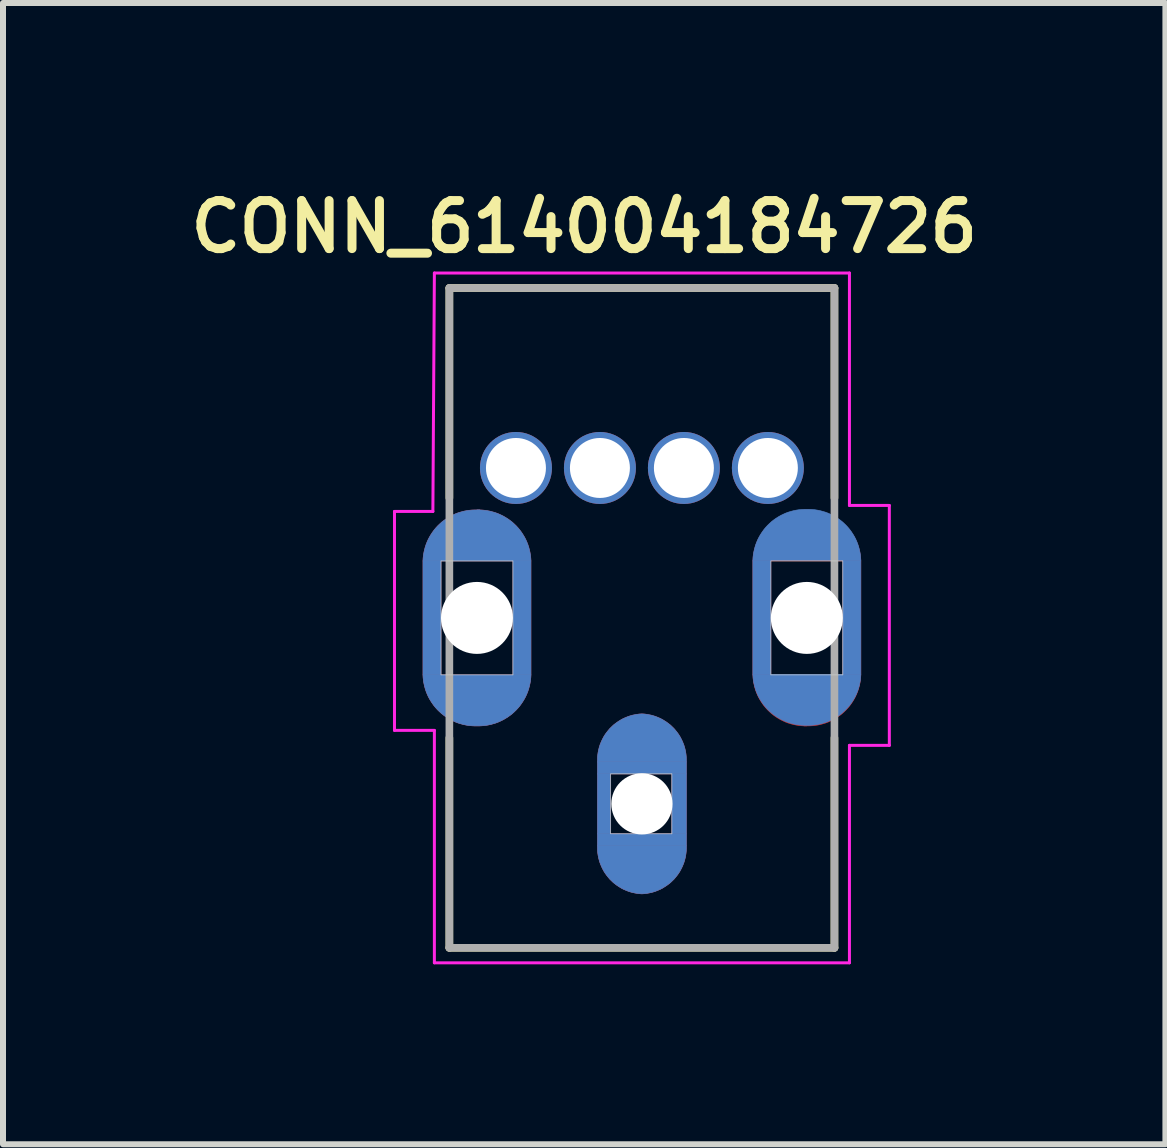
<source format=kicad_pcb>
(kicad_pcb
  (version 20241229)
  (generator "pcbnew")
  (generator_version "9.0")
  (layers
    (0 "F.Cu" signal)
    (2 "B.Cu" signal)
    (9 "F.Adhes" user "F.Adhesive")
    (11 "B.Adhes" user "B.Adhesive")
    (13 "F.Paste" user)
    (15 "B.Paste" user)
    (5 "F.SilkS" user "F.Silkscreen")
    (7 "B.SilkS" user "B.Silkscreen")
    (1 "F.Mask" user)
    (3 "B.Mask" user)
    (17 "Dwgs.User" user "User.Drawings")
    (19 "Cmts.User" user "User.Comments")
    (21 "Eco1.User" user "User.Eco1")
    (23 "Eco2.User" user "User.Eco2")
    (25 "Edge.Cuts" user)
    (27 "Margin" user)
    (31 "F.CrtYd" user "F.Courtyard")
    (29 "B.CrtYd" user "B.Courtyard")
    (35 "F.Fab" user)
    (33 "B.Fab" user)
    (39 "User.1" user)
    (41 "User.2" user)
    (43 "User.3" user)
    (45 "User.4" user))
  (footprint "CONN_614004184726"
    (layer "F.Cu")
    (at 7.652 7.252)
    (property "Reference" "CONN_614004184726" (at -0.962 -6.52 0) (layer "F.SilkS") (effects (font (size 0.801 0.801) (thickness 0.15))))
    (attr through_hole)
    (fp_poly (pts (xy -3.65 -0.95) (xy -3.35 -0.95) (xy -3.35 0.95) (xy -3.65 0.95)) (stroke (width 0.01) (type solid)) (fill yes) (layer "F.Cu"))
    (fp_poly (pts (xy -2.15 -0.95) (xy -1.85 -0.95) (xy -1.85 0.95) (xy -2.15 0.95)) (stroke (width 0.01) (type solid)) (fill yes) (layer "F.Cu"))
    (fp_poly (pts (xy -0.74 2.4) (xy -0.74 2.6) (xy 0.74 2.6) (xy 0.74 2.4)) (stroke (width 0.01) (type solid)) (fill yes) (layer "F.Cu"))
    (fp_poly (pts (xy -0.74 2.6) (xy -0.525 2.6) (xy -0.525 3.6) (xy -0.74 3.6)) (stroke (width 0.01) (type solid)) (fill yes) (layer "F.Cu"))
    (fp_poly (pts (xy 0.5 2.6) (xy 0.74 2.6) (xy 0.74 3.6) (xy 0.5 3.6)) (stroke (width 0.01) (type solid)) (fill yes) (layer "F.Cu"))
    (fp_poly (pts (xy 0.74 3.8) (xy 0.74 3.6) (xy -0.74 3.6) (xy -0.74 3.8)) (stroke (width 0.01) (type solid)) (fill yes) (layer "F.Cu"))
    (fp_poly (pts (xy 2.15 0.95) (xy 1.85 0.95) (xy 1.85 -0.95) (xy 2.15 -0.95)) (stroke (width 0.01) (type solid)) (fill yes) (layer "F.Cu"))
    (fp_poly (pts (xy 3.65 0.95) (xy 3.35 0.95) (xy 3.35 -0.95) (xy 3.65 -0.95)) (stroke (width 0.01) (type solid)) (fill yes) (layer "F.Cu"))
    (fp_poly (pts (xy -2.75 -1.8) (xy -2.7 -1.8) (xy -2.701 -1.799) (xy -2.703 -1.798) (xy -2.704 -1.796) (xy -2.706 -1.795) (xy -2.707 -1.794) (xy -2.709 -1.793) (xy -2.711 -1.793) (xy -2.712 -1.792) (xy -2.714 -1.791) (xy -2.716 -1.791) (xy -2.718 -1.79) (xy -2.719 -1.79) (xy -2.721 -1.79) (xy -2.723 -1.79) (xy -2.725 -1.79) (xy -2.727 -1.79) (xy -2.729 -1.79) (xy -2.731 -1.79) (xy -2.732 -1.79) (xy -2.734 -1.791) (xy -2.736 -1.791) (xy -2.738 -1.792) (xy -2.739 -1.793) (xy -2.741 -1.793) (xy -2.743 -1.794) (xy -2.744 -1.795) (xy -2.746 -1.796) (xy -2.747 -1.798) (xy -2.749 -1.799) (xy -2.75 -1.8)) (stroke (width 0.01) (type solid)) (fill yes) (layer "F.Cu"))
    (fp_poly (pts (xy 2.75 1.8) (xy 2.7 1.8) (xy 2.701 1.799) (xy 2.703 1.798) (xy 2.704 1.796) (xy 2.706 1.795) (xy 2.707 1.794) (xy 2.709 1.793) (xy 2.711 1.793) (xy 2.712 1.792) (xy 2.714 1.791) (xy 2.716 1.791) (xy 2.718 1.79) (xy 2.719 1.79) (xy 2.721 1.79) (xy 2.723 1.79) (xy 2.725 1.79) (xy 2.727 1.79) (xy 2.729 1.79) (xy 2.731 1.79) (xy 2.732 1.79) (xy 2.734 1.791) (xy 2.736 1.791) (xy 2.738 1.792) (xy 2.739 1.793) (xy 2.741 1.793) (xy 2.743 1.794) (xy 2.744 1.795) (xy 2.746 1.796) (xy 2.747 1.798) (xy 2.749 1.799) (xy 2.75 1.8)) (stroke (width 0.01) (type solid)) (fill yes) (layer "F.Cu"))
    (fp_poly (pts (xy -3.65 0.95) (xy -3.647 1.001) (xy -3.642 1.047) (xy -3.634 1.092) (xy -3.624 1.137) (xy -3.612 1.181) (xy -3.598 1.224) (xy -3.581 1.267) (xy -3.562 1.309) (xy -3.541 1.349) (xy -3.517 1.389) (xy -3.492 1.427) (xy -3.465 1.464) (xy -3.436 1.499) (xy -3.405 1.533) (xy -3.372 1.565) (xy -3.338 1.596) (xy -3.302 1.624) (xy -3.264 1.651) (xy -3.226 1.675) (xy -3.186 1.698) (xy -3.145 1.718) (xy -3.103 1.737) (xy -3.06 1.753) (xy -3.016 1.766) (xy -2.972 1.778) (xy -2.927 1.787) (xy -2.882 1.794) (xy -2.836 1.798) (xy -2.79 1.8) (xy -2.75 1.8) (xy -2.71 1.8) (xy -2.664 1.798) (xy -2.618 1.794) (xy -2.573 1.787) (xy -2.528 1.778) (xy -2.484 1.766) (xy -2.44 1.753) (xy -2.397 1.737) (xy -2.355 1.718) (xy -2.314 1.698) (xy -2.274 1.675) (xy -2.236 1.651) (xy -2.198 1.624) (xy -2.162 1.596) (xy -2.128 1.565) (xy -2.095 1.533) (xy -2.064 1.499) (xy -2.035 1.464) (xy -2.008 1.427) (xy -1.983 1.389) (xy -1.959 1.349) (xy -1.938 1.309) (xy -1.919 1.267) (xy -1.902 1.224) (xy -1.888 1.181) (xy -1.876 1.137) (xy -1.866 1.092) (xy -1.858 1.047) (xy -1.853 1.001) (xy -1.85 0.95) (xy -3.65 0.95)) (stroke (width 0.01) (type solid)) (fill yes) (layer "F.Cu"))
    (fp_poly (pts (xy 0.74 3.8) (xy 0.74 3.843) (xy 0.739 3.884) (xy 0.735 3.924) (xy 0.729 3.964) (xy 0.721 4.003) (xy 0.711 4.042) (xy 0.699 4.081) (xy 0.684 4.119) (xy 0.668 4.156) (xy 0.65 4.192) (xy 0.631 4.227) (xy 0.609 4.261) (xy 0.585 4.294) (xy 0.56 4.325) (xy 0.534 4.356) (xy 0.505 4.384) (xy 0.476 4.412) (xy 0.444 4.437) (xy 0.412 4.461) (xy 0.378 4.483) (xy 0.344 4.504) (xy 0.308 4.523) (xy 0.271 4.539) (xy 0.234 4.554) (xy 0.195 4.567) (xy 0.156 4.578) (xy 0.117 4.586) (xy 0.077 4.593) (xy 0.037 4.598) (xy 0 4.6) (xy -0.037 4.598) (xy -0.077 4.593) (xy -0.117 4.586) (xy -0.156 4.578) (xy -0.195 4.567) (xy -0.234 4.554) (xy -0.271 4.539) (xy -0.308 4.523) (xy -0.344 4.504) (xy -0.378 4.483) (xy -0.412 4.461) (xy -0.444 4.437) (xy -0.476 4.412) (xy -0.505 4.384) (xy -0.534 4.356) (xy -0.56 4.325) (xy -0.585 4.294) (xy -0.609 4.261) (xy -0.631 4.227) (xy -0.65 4.192) (xy -0.668 4.156) (xy -0.684 4.119) (xy -0.699 4.081) (xy -0.711 4.042) (xy -0.721 4.003) (xy -0.729 3.964) (xy -0.735 3.924) (xy -0.739 3.884) (xy -0.74 3.843) (xy -0.74 3.8) (xy 0.74 3.8)) (stroke (width 0.01) (type solid)) (fill yes) (layer "F.Cu"))
    (fp_poly (pts (xy 3.65 0.95) (xy 3.647 1.001) (xy 3.642 1.047) (xy 3.634 1.092) (xy 3.624 1.137) (xy 3.612 1.181) (xy 3.598 1.224) (xy 3.581 1.267) (xy 3.562 1.309) (xy 3.541 1.349) (xy 3.517 1.389) (xy 3.492 1.427) (xy 3.465 1.464) (xy 3.436 1.499) (xy 3.405 1.533) (xy 3.372 1.565) (xy 3.338 1.596) (xy 3.302 1.624) (xy 3.264 1.651) (xy 3.226 1.675) (xy 3.186 1.698) (xy 3.145 1.718) (xy 3.103 1.737) (xy 3.06 1.753) (xy 3.016 1.766) (xy 2.972 1.778) (xy 2.927 1.787) (xy 2.882 1.794) (xy 2.836 1.798) (xy 2.79 1.8) (xy 2.75 1.8) (xy 2.71 1.8) (xy 2.664 1.798) (xy 2.618 1.794) (xy 2.573 1.787) (xy 2.528 1.778) (xy 2.484 1.766) (xy 2.44 1.753) (xy 2.397 1.737) (xy 2.355 1.718) (xy 2.314 1.698) (xy 2.274 1.675) (xy 2.236 1.651) (xy 2.198 1.624) (xy 2.162 1.596) (xy 2.128 1.565) (xy 2.095 1.533) (xy 2.064 1.499) (xy 2.035 1.464) (xy 2.008 1.427) (xy 1.983 1.389) (xy 1.959 1.349) (xy 1.938 1.309) (xy 1.919 1.267) (xy 1.902 1.224) (xy 1.888 1.181) (xy 1.876 1.137) (xy 1.866 1.092) (xy 1.858 1.047) (xy 1.853 1.001) (xy 1.85 0.95) (xy 3.65 0.95)) (stroke (width 0.01) (type solid)) (fill yes) (layer "F.Cu"))
    (fp_poly (pts (xy -3.765 -1.9) (xy -1.74 -1.9) (xy -1.74 1.903) (xy -3.765 1.903)) (stroke (width 0.01) (type solid)) (fill yes) (layer "F.Mask"))
    (fp_poly (pts (xy -0.852 1.5) (xy 0.85 1.5) (xy 0.85 4.708) (xy -0.852 4.708)) (stroke (width 0.01) (type solid)) (fill yes) (layer "F.Mask"))
    (fp_poly (pts (xy 1.745 -1.9) (xy 3.76 -1.9) (xy 3.76 1.906) (xy 1.745 1.906)) (stroke (width 0.01) (type solid)) (fill yes) (layer "F.Mask"))
    (fp_poly (pts (xy -3.65 -0.95) (xy -3.35 -0.95) (xy -3.35 0.95) (xy -3.65 0.95)) (stroke (width 0.01) (type solid)) (fill yes) (layer "B.Cu"))
    (fp_poly (pts (xy -2.15 -0.95) (xy -1.85 -0.95) (xy -1.85 0.95) (xy -2.15 0.95)) (stroke (width 0.01) (type solid)) (fill yes) (layer "B.Cu"))
    (fp_poly (pts (xy -0.74 2.4) (xy -0.74 2.6) (xy 0.74 2.6) (xy 0.74 2.4)) (stroke (width 0.01) (type solid)) (fill yes) (layer "B.Cu"))
    (fp_poly (pts (xy -0.74 2.6) (xy -0.525 2.6) (xy -0.525 3.6) (xy -0.74 3.6)) (stroke (width 0.01) (type solid)) (fill yes) (layer "B.Cu"))
    (fp_poly (pts (xy 0.5 2.6) (xy 0.74 2.6) (xy 0.74 3.6) (xy 0.5 3.6)) (stroke (width 0.01) (type solid)) (fill yes) (layer "B.Cu"))
    (fp_poly (pts (xy 0.74 3.8) (xy 0.74 3.6) (xy -0.74 3.6) (xy -0.74 3.8)) (stroke (width 0.01) (type solid)) (fill yes) (layer "B.Cu"))
    (fp_poly (pts (xy 1.85 -0.96) (xy 2.15 -0.96) (xy 2.15 0.94) (xy 1.85 0.94)) (stroke (width 0.01) (type solid)) (fill yes) (layer "B.Cu"))
    (fp_poly (pts (xy 3.35 -0.96) (xy 3.65 -0.96) (xy 3.65 0.94) (xy 3.35 0.94)) (stroke (width 0.01) (type solid)) (fill yes) (layer "B.Cu"))
    (fp_poly (pts (xy -2.75 -1.8) (xy -2.7 -1.8) (xy -2.701 -1.799) (xy -2.703 -1.798) (xy -2.704 -1.796) (xy -2.706 -1.795) (xy -2.707 -1.794) (xy -2.709 -1.793) (xy -2.711 -1.793) (xy -2.712 -1.792) (xy -2.714 -1.791) (xy -2.716 -1.791) (xy -2.718 -1.79) (xy -2.719 -1.79) (xy -2.721 -1.79) (xy -2.723 -1.79) (xy -2.725 -1.79) (xy -2.727 -1.79) (xy -2.729 -1.79) (xy -2.731 -1.79) (xy -2.732 -1.79) (xy -2.734 -1.791) (xy -2.736 -1.791) (xy -2.738 -1.792) (xy -2.739 -1.793) (xy -2.741 -1.793) (xy -2.743 -1.794) (xy -2.744 -1.795) (xy -2.746 -1.796) (xy -2.747 -1.798) (xy -2.749 -1.799) (xy -2.75 -1.8)) (stroke (width 0.01) (type solid)) (fill yes) (layer "B.Cu"))
    (fp_poly (pts (xy -3.65 -0.95) (xy -3.647 -1.001) (xy -3.642 -1.047) (xy -3.634 -1.092) (xy -3.624 -1.137) (xy -3.612 -1.181) (xy -3.598 -1.224) (xy -3.581 -1.267) (xy -3.562 -1.309) (xy -3.541 -1.349) (xy -3.517 -1.389) (xy -3.492 -1.427) (xy -3.465 -1.464) (xy -3.436 -1.499) (xy -3.405 -1.533) (xy -3.372 -1.565) (xy -3.338 -1.596) (xy -3.302 -1.624) (xy -3.264 -1.651) (xy -3.226 -1.675) (xy -3.186 -1.698) (xy -3.145 -1.718) (xy -3.103 -1.737) (xy -3.06 -1.753) (xy -3.016 -1.766) (xy -2.972 -1.778) (xy -2.927 -1.787) (xy -2.882 -1.794) (xy -2.836 -1.798) (xy -2.79 -1.8) (xy -2.75 -1.8) (xy -2.71 -1.8) (xy -2.664 -1.798) (xy -2.618 -1.794) (xy -2.573 -1.787) (xy -2.528 -1.778) (xy -2.484 -1.766) (xy -2.44 -1.753) (xy -2.397 -1.737) (xy -2.355 -1.718) (xy -2.314 -1.698) (xy -2.274 -1.675) (xy -2.236 -1.651) (xy -2.198 -1.624) (xy -2.162 -1.596) (xy -2.128 -1.565) (xy -2.095 -1.533) (xy -2.064 -1.499) (xy -2.035 -1.464) (xy -2.008 -1.427) (xy -1.983 -1.389) (xy -1.959 -1.349) (xy -1.938 -1.309) (xy -1.919 -1.267) (xy -1.902 -1.224) (xy -1.888 -1.181) (xy -1.876 -1.137) (xy -1.866 -1.092) (xy -1.858 -1.047) (xy -1.853 -1.001) (xy -1.85 -0.95) (xy -3.65 -0.95)) (stroke (width 0.01) (type solid)) (fill yes) (layer "B.Cu"))
    (fp_poly (pts (xy -3.65 0.95) (xy -3.647 1.001) (xy -3.642 1.047) (xy -3.634 1.092) (xy -3.624 1.137) (xy -3.612 1.181) (xy -3.598 1.224) (xy -3.581 1.267) (xy -3.562 1.309) (xy -3.541 1.349) (xy -3.517 1.389) (xy -3.492 1.427) (xy -3.465 1.464) (xy -3.436 1.499) (xy -3.405 1.533) (xy -3.372 1.565) (xy -3.338 1.596) (xy -3.302 1.624) (xy -3.264 1.651) (xy -3.226 1.675) (xy -3.186 1.698) (xy -3.145 1.718) (xy -3.103 1.737) (xy -3.06 1.753) (xy -3.016 1.766) (xy -2.972 1.778) (xy -2.927 1.787) (xy -2.882 1.794) (xy -2.836 1.798) (xy -2.79 1.8) (xy -2.75 1.8) (xy -2.71 1.8) (xy -2.664 1.798) (xy -2.618 1.794) (xy -2.573 1.787) (xy -2.528 1.778) (xy -2.484 1.766) (xy -2.44 1.753) (xy -2.397 1.737) (xy -2.355 1.718) (xy -2.314 1.698) (xy -2.274 1.675) (xy -2.236 1.651) (xy -2.198 1.624) (xy -2.162 1.596) (xy -2.128 1.565) (xy -2.095 1.533) (xy -2.064 1.499) (xy -2.035 1.464) (xy -2.008 1.427) (xy -1.983 1.389) (xy -1.959 1.349) (xy -1.938 1.309) (xy -1.919 1.267) (xy -1.902 1.224) (xy -1.888 1.181) (xy -1.876 1.137) (xy -1.866 1.092) (xy -1.858 1.047) (xy -1.853 1.001) (xy -1.85 0.95) (xy -3.65 0.95)) (stroke (width 0.01) (type solid)) (fill yes) (layer "B.Cu"))
    (fp_poly (pts (xy -0.74 2.4) (xy -0.74 2.357) (xy -0.739 2.316) (xy -0.735 2.276) (xy -0.729 2.236) (xy -0.721 2.197) (xy -0.711 2.158) (xy -0.699 2.119) (xy -0.684 2.081) (xy -0.668 2.044) (xy -0.65 2.008) (xy -0.631 1.973) (xy -0.609 1.939) (xy -0.585 1.906) (xy -0.56 1.875) (xy -0.534 1.844) (xy -0.505 1.816) (xy -0.476 1.788) (xy -0.444 1.763) (xy -0.412 1.739) (xy -0.378 1.717) (xy -0.344 1.696) (xy -0.308 1.677) (xy -0.271 1.661) (xy -0.234 1.646) (xy -0.195 1.633) (xy -0.156 1.622) (xy -0.117 1.614) (xy -0.077 1.607) (xy -0.037 1.602) (xy 0 1.6) (xy 0.037 1.602) (xy 0.077 1.607) (xy 0.117 1.614) (xy 0.156 1.622) (xy 0.195 1.633) (xy 0.234 1.646) (xy 0.271 1.661) (xy 0.308 1.677) (xy 0.344 1.696) (xy 0.378 1.717) (xy 0.412 1.739) (xy 0.444 1.763) (xy 0.476 1.788) (xy 0.505 1.816) (xy 0.534 1.844) (xy 0.56 1.875) (xy 0.585 1.906) (xy 0.609 1.939) (xy 0.631 1.973) (xy 0.65 2.008) (xy 0.668 2.044) (xy 0.684 2.081) (xy 0.699 2.119) (xy 0.711 2.158) (xy 0.721 2.197) (xy 0.729 2.236) (xy 0.735 2.276) (xy 0.739 2.316) (xy 0.74 2.357) (xy 0.74 2.4) (xy -0.74 2.4)) (stroke (width 0.01) (type solid)) (fill yes) (layer "B.Cu"))
    (fp_poly (pts (xy 0.74 3.8) (xy 0.74 3.843) (xy 0.739 3.884) (xy 0.735 3.924) (xy 0.729 3.964) (xy 0.721 4.003) (xy 0.711 4.042) (xy 0.699 4.081) (xy 0.684 4.119) (xy 0.668 4.156) (xy 0.65 4.192) (xy 0.631 4.227) (xy 0.609 4.261) (xy 0.585 4.294) (xy 0.56 4.325) (xy 0.534 4.356) (xy 0.505 4.384) (xy 0.476 4.412) (xy 0.444 4.437) (xy 0.412 4.461) (xy 0.378 4.483) (xy 0.344 4.504) (xy 0.308 4.523) (xy 0.271 4.539) (xy 0.234 4.554) (xy 0.195 4.567) (xy 0.156 4.578) (xy 0.117 4.586) (xy 0.077 4.593) (xy 0.037 4.598) (xy 0 4.6) (xy -0.037 4.598) (xy -0.077 4.593) (xy -0.117 4.586) (xy -0.156 4.578) (xy -0.195 4.567) (xy -0.234 4.554) (xy -0.271 4.539) (xy -0.308 4.523) (xy -0.344 4.504) (xy -0.378 4.483) (xy -0.412 4.461) (xy -0.444 4.437) (xy -0.476 4.412) (xy -0.505 4.384) (xy -0.534 4.356) (xy -0.56 4.325) (xy -0.585 4.294) (xy -0.609 4.261) (xy -0.631 4.227) (xy -0.65 4.192) (xy -0.668 4.156) (xy -0.684 4.119) (xy -0.699 4.081) (xy -0.711 4.042) (xy -0.721 4.003) (xy -0.729 3.964) (xy -0.735 3.924) (xy -0.739 3.884) (xy -0.74 3.843) (xy -0.74 3.8) (xy 0.74 3.8)) (stroke (width 0.01) (type solid)) (fill yes) (layer "B.Cu"))
    (fp_poly (pts (xy 1.85 -0.96) (xy 1.853 -1.011) (xy 1.858 -1.057) (xy 1.866 -1.102) (xy 1.876 -1.147) (xy 1.888 -1.191) (xy 1.902 -1.234) (xy 1.919 -1.277) (xy 1.938 -1.319) (xy 1.959 -1.359) (xy 1.983 -1.399) (xy 2.008 -1.437) (xy 2.035 -1.474) (xy 2.064 -1.509) (xy 2.095 -1.543) (xy 2.128 -1.575) (xy 2.162 -1.606) (xy 2.198 -1.634) (xy 2.236 -1.661) (xy 2.274 -1.685) (xy 2.314 -1.708) (xy 2.355 -1.728) (xy 2.397 -1.747) (xy 2.44 -1.763) (xy 2.484 -1.776) (xy 2.528 -1.788) (xy 2.573 -1.797) (xy 2.618 -1.804) (xy 2.664 -1.808) (xy 2.71 -1.81) (xy 2.75 -1.81) (xy 2.79 -1.81) (xy 2.836 -1.808) (xy 2.882 -1.804) (xy 2.927 -1.797) (xy 2.972 -1.788) (xy 3.016 -1.776) (xy 3.06 -1.763) (xy 3.103 -1.747) (xy 3.145 -1.728) (xy 3.186 -1.708) (xy 3.226 -1.685) (xy 3.264 -1.661) (xy 3.302 -1.634) (xy 3.338 -1.606) (xy 3.372 -1.575) (xy 3.405 -1.543) (xy 3.436 -1.509) (xy 3.465 -1.474) (xy 3.492 -1.437) (xy 3.517 -1.399) (xy 3.541 -1.359) (xy 3.562 -1.319) (xy 3.581 -1.277) (xy 3.598 -1.234) (xy 3.612 -1.191) (xy 3.624 -1.147) (xy 3.634 -1.102) (xy 3.642 -1.057) (xy 3.647 -1.011) (xy 3.65 -0.96) (xy 1.85 -0.96)) (stroke (width 0.01) (type solid)) (fill yes) (layer "B.Cu"))
    (fp_poly (pts (xy 1.85 0.94) (xy 1.853 0.991) (xy 1.858 1.037) (xy 1.866 1.082) (xy 1.876 1.127) (xy 1.888 1.171) (xy 1.902 1.214) (xy 1.919 1.257) (xy 1.938 1.299) (xy 1.959 1.339) (xy 1.983 1.379) (xy 2.008 1.417) (xy 2.035 1.454) (xy 2.064 1.489) (xy 2.095 1.523) (xy 2.128 1.555) (xy 2.162 1.586) (xy 2.198 1.614) (xy 2.236 1.641) (xy 2.274 1.665) (xy 2.314 1.688) (xy 2.355 1.708) (xy 2.397 1.727) (xy 2.44 1.743) (xy 2.484 1.756) (xy 2.528 1.768) (xy 2.573 1.777) (xy 2.618 1.784) (xy 2.664 1.788) (xy 2.71 1.79) (xy 2.75 1.79) (xy 2.79 1.79) (xy 2.836 1.788) (xy 2.882 1.784) (xy 2.927 1.777) (xy 2.972 1.768) (xy 3.016 1.756) (xy 3.06 1.743) (xy 3.103 1.727) (xy 3.145 1.708) (xy 3.186 1.688) (xy 3.226 1.665) (xy 3.264 1.641) (xy 3.302 1.614) (xy 3.338 1.586) (xy 3.372 1.555) (xy 3.405 1.523) (xy 3.436 1.489) (xy 3.465 1.454) (xy 3.492 1.417) (xy 3.517 1.379) (xy 3.541 1.339) (xy 3.562 1.299) (xy 3.581 1.257) (xy 3.598 1.214) (xy 3.612 1.171) (xy 3.624 1.127) (xy 3.634 1.082) (xy 3.642 1.037) (xy 3.647 0.991) (xy 3.65 0.94) (xy 1.85 0.94)) (stroke (width 0.01) (type solid)) (fill yes) (layer "B.Cu"))
    (fp_line (start -3.21 -5.5) (end 3.21 -5.5) (stroke (width 0.127) (type solid)) (layer "F.SilkS"))
    (fp_line (start -3.21 -2) (end -3.21 -5.5) (stroke (width 0.127) (type solid)) (layer "F.SilkS"))
    (fp_line (start -3.21 2) (end -3.21 5.5) (stroke (width 0.127) (type solid)) (layer "F.SilkS"))
    (fp_line (start -3.21 5.5) (end 3.21 5.5) (stroke (width 0.127) (type solid)) (layer "F.SilkS"))
    (fp_line (start 3.21 -5.5) (end 3.21 -2) (stroke (width 0.127) (type solid)) (layer "F.SilkS"))
    (fp_line (start 3.21 5.5) (end 3.21 2) (stroke (width 0.127) (type solid)) (layer "F.SilkS"))
    (fp_poly (pts (xy -3.65 -0.95) (xy -3.35 -0.95) (xy -3.35 0.95) (xy -3.65 0.95)) (stroke (width 0.01) (type solid)) (fill yes) (layer "F.Paste"))
    (fp_poly (pts (xy -2.15 -0.95) (xy -1.85 -0.95) (xy -1.85 0.95) (xy -2.15 0.95)) (stroke (width 0.01) (type solid)) (fill yes) (layer "F.Paste"))
    (fp_poly (pts (xy -0.74 2.4) (xy -0.74 2.6) (xy 0.74 2.6) (xy 0.74 2.4)) (stroke (width 0.01) (type solid)) (fill yes) (layer "F.Paste"))
    (fp_poly (pts (xy -0.74 2.6) (xy -0.525 2.6) (xy -0.525 3.6) (xy -0.74 3.6)) (stroke (width 0.01) (type solid)) (fill yes) (layer "F.Paste"))
    (fp_poly (pts (xy 0.5 2.6) (xy 0.74 2.6) (xy 0.74 3.6) (xy 0.5 3.6)) (stroke (width 0.01) (type solid)) (fill yes) (layer "F.Paste"))
    (fp_poly (pts (xy 0.74 3.8) (xy 0.74 3.6) (xy -0.74 3.6) (xy -0.74 3.8)) (stroke (width 0.01) (type solid)) (fill yes) (layer "F.Paste"))
    (fp_poly (pts (xy 2.15 0.95) (xy 1.85 0.95) (xy 1.85 -0.95) (xy 2.15 -0.95)) (stroke (width 0.01) (type solid)) (fill yes) (layer "F.Paste"))
    (fp_poly (pts (xy 3.65 0.95) (xy 3.35 0.95) (xy 3.35 -0.95) (xy 3.65 -0.95)) (stroke (width 0.01) (type solid)) (fill yes) (layer "F.Paste"))
    (fp_poly (pts (xy -2.75 -1.8) (xy -2.7 -1.8) (xy -2.701 -1.799) (xy -2.703 -1.798) (xy -2.704 -1.796) (xy -2.706 -1.795) (xy -2.707 -1.794) (xy -2.709 -1.793) (xy -2.711 -1.793) (xy -2.712 -1.792) (xy -2.714 -1.791) (xy -2.716 -1.791) (xy -2.718 -1.79) (xy -2.719 -1.79) (xy -2.721 -1.79) (xy -2.723 -1.79) (xy -2.725 -1.79) (xy -2.727 -1.79) (xy -2.729 -1.79) (xy -2.731 -1.79) (xy -2.732 -1.79) (xy -2.734 -1.791) (xy -2.736 -1.791) (xy -2.738 -1.792) (xy -2.739 -1.793) (xy -2.741 -1.793) (xy -2.743 -1.794) (xy -2.744 -1.795) (xy -2.746 -1.796) (xy -2.747 -1.798) (xy -2.749 -1.799) (xy -2.75 -1.8)) (stroke (width 0.01) (type solid)) (fill yes) (layer "F.Paste"))
    (fp_poly (pts (xy 2.75 1.8) (xy 2.7 1.8) (xy 2.701 1.799) (xy 2.703 1.798) (xy 2.704 1.796) (xy 2.706 1.795) (xy 2.707 1.794) (xy 2.709 1.793) (xy 2.711 1.793) (xy 2.712 1.792) (xy 2.714 1.791) (xy 2.716 1.791) (xy 2.718 1.79) (xy 2.719 1.79) (xy 2.721 1.79) (xy 2.723 1.79) (xy 2.725 1.79) (xy 2.727 1.79) (xy 2.729 1.79) (xy 2.731 1.79) (xy 2.732 1.79) (xy 2.734 1.791) (xy 2.736 1.791) (xy 2.738 1.792) (xy 2.739 1.793) (xy 2.741 1.793) (xy 2.743 1.794) (xy 2.744 1.795) (xy 2.746 1.796) (xy 2.747 1.798) (xy 2.749 1.799) (xy 2.75 1.8)) (stroke (width 0.01) (type solid)) (fill yes) (layer "F.Paste"))
    (fp_poly (pts (xy -3.65 -0.95) (xy -3.647 -1.001) (xy -3.642 -1.047) (xy -3.634 -1.092) (xy -3.624 -1.137) (xy -3.612 -1.181) (xy -3.598 -1.224) (xy -3.581 -1.267) (xy -3.562 -1.309) (xy -3.541 -1.349) (xy -3.517 -1.389) (xy -3.492 -1.427) (xy -3.465 -1.464) (xy -3.436 -1.499) (xy -3.405 -1.533) (xy -3.372 -1.565) (xy -3.338 -1.596) (xy -3.302 -1.624) (xy -3.264 -1.651) (xy -3.226 -1.675) (xy -3.186 -1.698) (xy -3.145 -1.718) (xy -3.103 -1.737) (xy -3.06 -1.753) (xy -3.016 -1.766) (xy -2.972 -1.778) (xy -2.927 -1.787) (xy -2.882 -1.794) (xy -2.836 -1.798) (xy -2.79 -1.8) (xy -2.75 -1.8) (xy -2.71 -1.8) (xy -2.664 -1.798) (xy -2.618 -1.794) (xy -2.573 -1.787) (xy -2.528 -1.778) (xy -2.484 -1.766) (xy -2.44 -1.753) (xy -2.397 -1.737) (xy -2.355 -1.718) (xy -2.314 -1.698) (xy -2.274 -1.675) (xy -2.236 -1.651) (xy -2.198 -1.624) (xy -2.162 -1.596) (xy -2.128 -1.565) (xy -2.095 -1.533) (xy -2.064 -1.499) (xy -2.035 -1.464) (xy -2.008 -1.427) (xy -1.983 -1.389) (xy -1.959 -1.349) (xy -1.938 -1.309) (xy -1.919 -1.267) (xy -1.902 -1.224) (xy -1.888 -1.181) (xy -1.876 -1.137) (xy -1.866 -1.092) (xy -1.858 -1.047) (xy -1.853 -1.001) (xy -1.85 -0.95) (xy -3.65 -0.95)) (stroke (width 0.01) (type solid)) (fill yes) (layer "F.Paste"))
    (fp_poly (pts (xy -3.65 0.95) (xy -3.647 1.001) (xy -3.642 1.047) (xy -3.634 1.092) (xy -3.624 1.137) (xy -3.612 1.181) (xy -3.598 1.224) (xy -3.581 1.267) (xy -3.562 1.309) (xy -3.541 1.349) (xy -3.517 1.389) (xy -3.492 1.427) (xy -3.465 1.464) (xy -3.436 1.499) (xy -3.405 1.533) (xy -3.372 1.565) (xy -3.338 1.596) (xy -3.302 1.624) (xy -3.264 1.651) (xy -3.226 1.675) (xy -3.186 1.698) (xy -3.145 1.718) (xy -3.103 1.737) (xy -3.06 1.753) (xy -3.016 1.766) (xy -2.972 1.778) (xy -2.927 1.787) (xy -2.882 1.794) (xy -2.836 1.798) (xy -2.79 1.8) (xy -2.75 1.8) (xy -2.71 1.8) (xy -2.664 1.798) (xy -2.618 1.794) (xy -2.573 1.787) (xy -2.528 1.778) (xy -2.484 1.766) (xy -2.44 1.753) (xy -2.397 1.737) (xy -2.355 1.718) (xy -2.314 1.698) (xy -2.274 1.675) (xy -2.236 1.651) (xy -2.198 1.624) (xy -2.162 1.596) (xy -2.128 1.565) (xy -2.095 1.533) (xy -2.064 1.499) (xy -2.035 1.464) (xy -2.008 1.427) (xy -1.983 1.389) (xy -1.959 1.349) (xy -1.938 1.309) (xy -1.919 1.267) (xy -1.902 1.224) (xy -1.888 1.181) (xy -1.876 1.137) (xy -1.866 1.092) (xy -1.858 1.047) (xy -1.853 1.001) (xy -1.85 0.95) (xy -3.65 0.95)) (stroke (width 0.01) (type solid)) (fill yes) (layer "F.Paste"))
    (fp_poly (pts (xy -0.74 2.4) (xy -0.74 2.357) (xy -0.739 2.316) (xy -0.735 2.276) (xy -0.729 2.236) (xy -0.721 2.197) (xy -0.711 2.158) (xy -0.699 2.119) (xy -0.684 2.081) (xy -0.668 2.044) (xy -0.65 2.008) (xy -0.631 1.973) (xy -0.609 1.939) (xy -0.585 1.906) (xy -0.56 1.875) (xy -0.534 1.844) (xy -0.505 1.816) (xy -0.476 1.788) (xy -0.444 1.763) (xy -0.412 1.739) (xy -0.378 1.717) (xy -0.344 1.696) (xy -0.308 1.677) (xy -0.271 1.661) (xy -0.234 1.646) (xy -0.195 1.633) (xy -0.156 1.622) (xy -0.117 1.614) (xy -0.077 1.607) (xy -0.037 1.602) (xy 0 1.6) (xy 0.037 1.602) (xy 0.077 1.607) (xy 0.117 1.614) (xy 0.156 1.622) (xy 0.195 1.633) (xy 0.234 1.646) (xy 0.271 1.661) (xy 0.308 1.677) (xy 0.344 1.696) (xy 0.378 1.717) (xy 0.412 1.739) (xy 0.444 1.763) (xy 0.476 1.788) (xy 0.505 1.816) (xy 0.534 1.844) (xy 0.56 1.875) (xy 0.585 1.906) (xy 0.609 1.939) (xy 0.631 1.973) (xy 0.65 2.008) (xy 0.668 2.044) (xy 0.684 2.081) (xy 0.699 2.119) (xy 0.711 2.158) (xy 0.721 2.197) (xy 0.729 2.236) (xy 0.735 2.276) (xy 0.739 2.316) (xy 0.74 2.357) (xy 0.74 2.4) (xy -0.74 2.4)) (stroke (width 0.01) (type solid)) (fill yes) (layer "F.Paste"))
    (fp_poly (pts (xy 0.74 3.8) (xy 0.74 3.843) (xy 0.739 3.884) (xy 0.735 3.924) (xy 0.729 3.964) (xy 0.721 4.003) (xy 0.711 4.042) (xy 0.699 4.081) (xy 0.684 4.119) (xy 0.668 4.156) (xy 0.65 4.192) (xy 0.631 4.227) (xy 0.609 4.261) (xy 0.585 4.294) (xy 0.56 4.325) (xy 0.534 4.356) (xy 0.505 4.384) (xy 0.476 4.412) (xy 0.444 4.437) (xy 0.412 4.461) (xy 0.378 4.483) (xy 0.344 4.504) (xy 0.308 4.523) (xy 0.271 4.539) (xy 0.234 4.554) (xy 0.195 4.567) (xy 0.156 4.578) (xy 0.117 4.586) (xy 0.077 4.593) (xy 0.037 4.598) (xy 0 4.6) (xy -0.037 4.598) (xy -0.077 4.593) (xy -0.117 4.586) (xy -0.156 4.578) (xy -0.195 4.567) (xy -0.234 4.554) (xy -0.271 4.539) (xy -0.308 4.523) (xy -0.344 4.504) (xy -0.378 4.483) (xy -0.412 4.461) (xy -0.444 4.437) (xy -0.476 4.412) (xy -0.505 4.384) (xy -0.534 4.356) (xy -0.56 4.325) (xy -0.585 4.294) (xy -0.609 4.261) (xy -0.631 4.227) (xy -0.65 4.192) (xy -0.668 4.156) (xy -0.684 4.119) (xy -0.699 4.081) (xy -0.711 4.042) (xy -0.721 4.003) (xy -0.729 3.964) (xy -0.735 3.924) (xy -0.739 3.884) (xy -0.74 3.843) (xy -0.74 3.8) (xy 0.74 3.8)) (stroke (width 0.01) (type solid)) (fill yes) (layer "F.Paste"))
    (fp_poly (pts (xy 3.65 -0.95) (xy 3.647 -1.001) (xy 3.642 -1.047) (xy 3.634 -1.092) (xy 3.624 -1.137) (xy 3.612 -1.181) (xy 3.598 -1.224) (xy 3.581 -1.267) (xy 3.562 -1.309) (xy 3.541 -1.349) (xy 3.517 -1.389) (xy 3.492 -1.427) (xy 3.465 -1.464) (xy 3.436 -1.499) (xy 3.405 -1.533) (xy 3.372 -1.565) (xy 3.338 -1.596) (xy 3.302 -1.624) (xy 3.264 -1.651) (xy 3.226 -1.675) (xy 3.186 -1.698) (xy 3.145 -1.718) (xy 3.103 -1.737) (xy 3.06 -1.753) (xy 3.016 -1.766) (xy 2.972 -1.778) (xy 2.927 -1.787) (xy 2.882 -1.794) (xy 2.836 -1.798) (xy 2.79 -1.8) (xy 2.75 -1.8) (xy 2.71 -1.8) (xy 2.664 -1.798) (xy 2.618 -1.794) (xy 2.573 -1.787) (xy 2.528 -1.778) (xy 2.484 -1.766) (xy 2.44 -1.753) (xy 2.397 -1.737) (xy 2.355 -1.718) (xy 2.314 -1.698) (xy 2.274 -1.675) (xy 2.236 -1.651) (xy 2.198 -1.624) (xy 2.162 -1.596) (xy 2.128 -1.565) (xy 2.095 -1.533) (xy 2.064 -1.499) (xy 2.035 -1.464) (xy 2.008 -1.427) (xy 1.983 -1.389) (xy 1.959 -1.349) (xy 1.938 -1.309) (xy 1.919 -1.267) (xy 1.902 -1.224) (xy 1.888 -1.181) (xy 1.876 -1.137) (xy 1.866 -1.092) (xy 1.858 -1.047) (xy 1.853 -1.001) (xy 1.85 -0.95) (xy 3.65 -0.95)) (stroke (width 0.01) (type solid)) (fill yes) (layer "F.Paste"))
    (fp_poly (pts (xy 3.65 0.95) (xy 3.647 1.001) (xy 3.642 1.047) (xy 3.634 1.092) (xy 3.624 1.137) (xy 3.612 1.181) (xy 3.598 1.224) (xy 3.581 1.267) (xy 3.562 1.309) (xy 3.541 1.349) (xy 3.517 1.389) (xy 3.492 1.427) (xy 3.465 1.464) (xy 3.436 1.499) (xy 3.405 1.533) (xy 3.372 1.565) (xy 3.338 1.596) (xy 3.302 1.624) (xy 3.264 1.651) (xy 3.226 1.675) (xy 3.186 1.698) (xy 3.145 1.718) (xy 3.103 1.737) (xy 3.06 1.753) (xy 3.016 1.766) (xy 2.972 1.778) (xy 2.927 1.787) (xy 2.882 1.794) (xy 2.836 1.798) (xy 2.79 1.8) (xy 2.75 1.8) (xy 2.71 1.8) (xy 2.664 1.798) (xy 2.618 1.794) (xy 2.573 1.787) (xy 2.528 1.778) (xy 2.484 1.766) (xy 2.44 1.753) (xy 2.397 1.737) (xy 2.355 1.718) (xy 2.314 1.698) (xy 2.274 1.675) (xy 2.236 1.651) (xy 2.198 1.624) (xy 2.162 1.596) (xy 2.128 1.565) (xy 2.095 1.533) (xy 2.064 1.499) (xy 2.035 1.464) (xy 2.008 1.427) (xy 1.983 1.389) (xy 1.959 1.349) (xy 1.938 1.309) (xy 1.919 1.267) (xy 1.902 1.224) (xy 1.888 1.181) (xy 1.876 1.137) (xy 1.866 1.092) (xy 1.858 1.047) (xy 1.853 1.001) (xy 1.85 0.95) (xy 3.65 0.95)) (stroke (width 0.01) (type solid)) (fill yes) (layer "F.Paste"))
    (fp_poly (pts (xy -3.65 -0.95) (xy -3.35 -0.95) (xy -3.35 0.95) (xy -3.65 0.95)) (stroke (width 0.01) (type solid)) (fill yes) (layer "B.Paste"))
    (fp_poly (pts (xy -2.15 -0.95) (xy -1.85 -0.95) (xy -1.85 0.95) (xy -2.15 0.95)) (stroke (width 0.01) (type solid)) (fill yes) (layer "B.Paste"))
    (fp_poly (pts (xy -0.74 2.4) (xy -0.74 2.6) (xy 0.74 2.6) (xy 0.74 2.4)) (stroke (width 0.01) (type solid)) (fill yes) (layer "B.Paste"))
    (fp_poly (pts (xy -0.74 2.6) (xy -0.525 2.6) (xy -0.525 3.6) (xy -0.74 3.6)) (stroke (width 0.01) (type solid)) (fill yes) (layer "B.Paste"))
    (fp_poly (pts (xy 0.5 2.6) (xy 0.74 2.6) (xy 0.74 3.6) (xy 0.5 3.6)) (stroke (width 0.01) (type solid)) (fill yes) (layer "B.Paste"))
    (fp_poly (pts (xy 0.74 3.8) (xy 0.74 3.6) (xy -0.74 3.6) (xy -0.74 3.8)) (stroke (width 0.01) (type solid)) (fill yes) (layer "B.Paste"))
    (fp_poly (pts (xy 2.15 0.95) (xy 1.85 0.95) (xy 1.85 -0.95) (xy 2.15 -0.95)) (stroke (width 0.01) (type solid)) (fill yes) (layer "B.Paste"))
    (fp_poly (pts (xy 3.65 0.95) (xy 3.35 0.95) (xy 3.35 -0.95) (xy 3.65 -0.95)) (stroke (width 0.01) (type solid)) (fill yes) (layer "B.Paste"))
    (fp_poly (pts (xy -2.75 -1.8) (xy -2.7 -1.8) (xy -2.701 -1.799) (xy -2.703 -1.798) (xy -2.704 -1.796) (xy -2.706 -1.795) (xy -2.707 -1.794) (xy -2.709 -1.793) (xy -2.711 -1.793) (xy -2.712 -1.792) (xy -2.714 -1.791) (xy -2.716 -1.791) (xy -2.718 -1.79) (xy -2.719 -1.79) (xy -2.721 -1.79) (xy -2.723 -1.79) (xy -2.725 -1.79) (xy -2.727 -1.79) (xy -2.729 -1.79) (xy -2.731 -1.79) (xy -2.732 -1.79) (xy -2.734 -1.791) (xy -2.736 -1.791) (xy -2.738 -1.792) (xy -2.739 -1.793) (xy -2.741 -1.793) (xy -2.743 -1.794) (xy -2.744 -1.795) (xy -2.746 -1.796) (xy -2.747 -1.798) (xy -2.749 -1.799) (xy -2.75 -1.8)) (stroke (width 0.01) (type solid)) (fill yes) (layer "B.Paste"))
    (fp_poly (pts (xy 2.75 1.8) (xy 2.7 1.8) (xy 2.701 1.799) (xy 2.703 1.798) (xy 2.704 1.796) (xy 2.706 1.795) (xy 2.707 1.794) (xy 2.709 1.793) (xy 2.711 1.793) (xy 2.712 1.792) (xy 2.714 1.791) (xy 2.716 1.791) (xy 2.718 1.79) (xy 2.719 1.79) (xy 2.721 1.79) (xy 2.723 1.79) (xy 2.725 1.79) (xy 2.727 1.79) (xy 2.729 1.79) (xy 2.731 1.79) (xy 2.732 1.79) (xy 2.734 1.791) (xy 2.736 1.791) (xy 2.738 1.792) (xy 2.739 1.793) (xy 2.741 1.793) (xy 2.743 1.794) (xy 2.744 1.795) (xy 2.746 1.796) (xy 2.747 1.798) (xy 2.749 1.799) (xy 2.75 1.8)) (stroke (width 0.01) (type solid)) (fill yes) (layer "B.Paste"))
    (fp_poly (pts (xy -3.65 -0.95) (xy -3.647 -1.001) (xy -3.642 -1.047) (xy -3.634 -1.092) (xy -3.624 -1.137) (xy -3.612 -1.181) (xy -3.598 -1.224) (xy -3.581 -1.267) (xy -3.562 -1.309) (xy -3.541 -1.349) (xy -3.517 -1.389) (xy -3.492 -1.427) (xy -3.465 -1.464) (xy -3.436 -1.499) (xy -3.405 -1.533) (xy -3.372 -1.565) (xy -3.338 -1.596) (xy -3.302 -1.624) (xy -3.264 -1.651) (xy -3.226 -1.675) (xy -3.186 -1.698) (xy -3.145 -1.718) (xy -3.103 -1.737) (xy -3.06 -1.753) (xy -3.016 -1.766) (xy -2.972 -1.778) (xy -2.927 -1.787) (xy -2.882 -1.794) (xy -2.836 -1.798) (xy -2.79 -1.8) (xy -2.75 -1.8) (xy -2.71 -1.8) (xy -2.664 -1.798) (xy -2.618 -1.794) (xy -2.573 -1.787) (xy -2.528 -1.778) (xy -2.484 -1.766) (xy -2.44 -1.753) (xy -2.397 -1.737) (xy -2.355 -1.718) (xy -2.314 -1.698) (xy -2.274 -1.675) (xy -2.236 -1.651) (xy -2.198 -1.624) (xy -2.162 -1.596) (xy -2.128 -1.565) (xy -2.095 -1.533) (xy -2.064 -1.499) (xy -2.035 -1.464) (xy -2.008 -1.427) (xy -1.983 -1.389) (xy -1.959 -1.349) (xy -1.938 -1.309) (xy -1.919 -1.267) (xy -1.902 -1.224) (xy -1.888 -1.181) (xy -1.876 -1.137) (xy -1.866 -1.092) (xy -1.858 -1.047) (xy -1.853 -1.001) (xy -1.85 -0.95) (xy -3.65 -0.95)) (stroke (width 0.01) (type solid)) (fill yes) (layer "B.Paste"))
    (fp_poly (pts (xy -3.65 0.95) (xy -3.647 1.001) (xy -3.642 1.047) (xy -3.634 1.092) (xy -3.624 1.137) (xy -3.612 1.181) (xy -3.598 1.224) (xy -3.581 1.267) (xy -3.562 1.309) (xy -3.541 1.349) (xy -3.517 1.389) (xy -3.492 1.427) (xy -3.465 1.464) (xy -3.436 1.499) (xy -3.405 1.533) (xy -3.372 1.565) (xy -3.338 1.596) (xy -3.302 1.624) (xy -3.264 1.651) (xy -3.226 1.675) (xy -3.186 1.698) (xy -3.145 1.718) (xy -3.103 1.737) (xy -3.06 1.753) (xy -3.016 1.766) (xy -2.972 1.778) (xy -2.927 1.787) (xy -2.882 1.794) (xy -2.836 1.798) (xy -2.79 1.8) (xy -2.75 1.8) (xy -2.71 1.8) (xy -2.664 1.798) (xy -2.618 1.794) (xy -2.573 1.787) (xy -2.528 1.778) (xy -2.484 1.766) (xy -2.44 1.753) (xy -2.397 1.737) (xy -2.355 1.718) (xy -2.314 1.698) (xy -2.274 1.675) (xy -2.236 1.651) (xy -2.198 1.624) (xy -2.162 1.596) (xy -2.128 1.565) (xy -2.095 1.533) (xy -2.064 1.499) (xy -2.035 1.464) (xy -2.008 1.427) (xy -1.983 1.389) (xy -1.959 1.349) (xy -1.938 1.309) (xy -1.919 1.267) (xy -1.902 1.224) (xy -1.888 1.181) (xy -1.876 1.137) (xy -1.866 1.092) (xy -1.858 1.047) (xy -1.853 1.001) (xy -1.85 0.95) (xy -3.65 0.95)) (stroke (width 0.01) (type solid)) (fill yes) (layer "B.Paste"))
    (fp_poly (pts (xy -0.74 2.4) (xy -0.74 2.357) (xy -0.739 2.316) (xy -0.735 2.276) (xy -0.729 2.236) (xy -0.721 2.197) (xy -0.711 2.158) (xy -0.699 2.119) (xy -0.684 2.081) (xy -0.668 2.044) (xy -0.65 2.008) (xy -0.631 1.973) (xy -0.609 1.939) (xy -0.585 1.906) (xy -0.56 1.875) (xy -0.534 1.844) (xy -0.505 1.816) (xy -0.476 1.788) (xy -0.444 1.763) (xy -0.412 1.739) (xy -0.378 1.717) (xy -0.344 1.696) (xy -0.308 1.677) (xy -0.271 1.661) (xy -0.234 1.646) (xy -0.195 1.633) (xy -0.156 1.622) (xy -0.117 1.614) (xy -0.077 1.607) (xy -0.037 1.602) (xy 0 1.6) (xy 0.037 1.602) (xy 0.077 1.607) (xy 0.117 1.614) (xy 0.156 1.622) (xy 0.195 1.633) (xy 0.234 1.646) (xy 0.271 1.661) (xy 0.308 1.677) (xy 0.344 1.696) (xy 0.378 1.717) (xy 0.412 1.739) (xy 0.444 1.763) (xy 0.476 1.788) (xy 0.505 1.816) (xy 0.534 1.844) (xy 0.56 1.875) (xy 0.585 1.906) (xy 0.609 1.939) (xy 0.631 1.973) (xy 0.65 2.008) (xy 0.668 2.044) (xy 0.684 2.081) (xy 0.699 2.119) (xy 0.711 2.158) (xy 0.721 2.197) (xy 0.729 2.236) (xy 0.735 2.276) (xy 0.739 2.316) (xy 0.74 2.357) (xy 0.74 2.4) (xy -0.74 2.4)) (stroke (width 0.01) (type solid)) (fill yes) (layer "B.Paste"))
    (fp_poly (pts (xy 0.74 3.8) (xy 0.74 3.843) (xy 0.739 3.884) (xy 0.735 3.924) (xy 0.729 3.964) (xy 0.721 4.003) (xy 0.711 4.042) (xy 0.699 4.081) (xy 0.684 4.119) (xy 0.668 4.156) (xy 0.65 4.192) (xy 0.631 4.227) (xy 0.609 4.261) (xy 0.585 4.294) (xy 0.56 4.325) (xy 0.534 4.356) (xy 0.505 4.384) (xy 0.476 4.412) (xy 0.444 4.437) (xy 0.412 4.461) (xy 0.378 4.483) (xy 0.344 4.504) (xy 0.308 4.523) (xy 0.271 4.539) (xy 0.234 4.554) (xy 0.195 4.567) (xy 0.156 4.578) (xy 0.117 4.586) (xy 0.077 4.593) (xy 0.037 4.598) (xy 0 4.6) (xy -0.037 4.598) (xy -0.077 4.593) (xy -0.117 4.586) (xy -0.156 4.578) (xy -0.195 4.567) (xy -0.234 4.554) (xy -0.271 4.539) (xy -0.308 4.523) (xy -0.344 4.504) (xy -0.378 4.483) (xy -0.412 4.461) (xy -0.444 4.437) (xy -0.476 4.412) (xy -0.505 4.384) (xy -0.534 4.356) (xy -0.56 4.325) (xy -0.585 4.294) (xy -0.609 4.261) (xy -0.631 4.227) (xy -0.65 4.192) (xy -0.668 4.156) (xy -0.684 4.119) (xy -0.699 4.081) (xy -0.711 4.042) (xy -0.721 4.003) (xy -0.729 3.964) (xy -0.735 3.924) (xy -0.739 3.884) (xy -0.74 3.843) (xy -0.74 3.8) (xy 0.74 3.8)) (stroke (width 0.01) (type solid)) (fill yes) (layer "B.Paste"))
    (fp_poly (pts (xy 3.65 -0.95) (xy 3.647 -1.001) (xy 3.642 -1.047) (xy 3.634 -1.092) (xy 3.624 -1.137) (xy 3.612 -1.181) (xy 3.598 -1.224) (xy 3.581 -1.267) (xy 3.562 -1.309) (xy 3.541 -1.349) (xy 3.517 -1.389) (xy 3.492 -1.427) (xy 3.465 -1.464) (xy 3.436 -1.499) (xy 3.405 -1.533) (xy 3.372 -1.565) (xy 3.338 -1.596) (xy 3.302 -1.624) (xy 3.264 -1.651) (xy 3.226 -1.675) (xy 3.186 -1.698) (xy 3.145 -1.718) (xy 3.103 -1.737) (xy 3.06 -1.753) (xy 3.016 -1.766) (xy 2.972 -1.778) (xy 2.927 -1.787) (xy 2.882 -1.794) (xy 2.836 -1.798) (xy 2.79 -1.8) (xy 2.75 -1.8) (xy 2.71 -1.8) (xy 2.664 -1.798) (xy 2.618 -1.794) (xy 2.573 -1.787) (xy 2.528 -1.778) (xy 2.484 -1.766) (xy 2.44 -1.753) (xy 2.397 -1.737) (xy 2.355 -1.718) (xy 2.314 -1.698) (xy 2.274 -1.675) (xy 2.236 -1.651) (xy 2.198 -1.624) (xy 2.162 -1.596) (xy 2.128 -1.565) (xy 2.095 -1.533) (xy 2.064 -1.499) (xy 2.035 -1.464) (xy 2.008 -1.427) (xy 1.983 -1.389) (xy 1.959 -1.349) (xy 1.938 -1.309) (xy 1.919 -1.267) (xy 1.902 -1.224) (xy 1.888 -1.181) (xy 1.876 -1.137) (xy 1.866 -1.092) (xy 1.858 -1.047) (xy 1.853 -1.001) (xy 1.85 -0.95) (xy 3.65 -0.95)) (stroke (width 0.01) (type solid)) (fill yes) (layer "B.Paste"))
    (fp_poly (pts (xy 3.65 0.95) (xy 3.647 1.001) (xy 3.642 1.047) (xy 3.634 1.092) (xy 3.624 1.137) (xy 3.612 1.181) (xy 3.598 1.224) (xy 3.581 1.267) (xy 3.562 1.309) (xy 3.541 1.349) (xy 3.517 1.389) (xy 3.492 1.427) (xy 3.465 1.464) (xy 3.436 1.499) (xy 3.405 1.533) (xy 3.372 1.565) (xy 3.338 1.596) (xy 3.302 1.624) (xy 3.264 1.651) (xy 3.226 1.675) (xy 3.186 1.698) (xy 3.145 1.718) (xy 3.103 1.737) (xy 3.06 1.753) (xy 3.016 1.766) (xy 2.972 1.778) (xy 2.927 1.787) (xy 2.882 1.794) (xy 2.836 1.798) (xy 2.79 1.8) (xy 2.75 1.8) (xy 2.71 1.8) (xy 2.664 1.798) (xy 2.618 1.794) (xy 2.573 1.787) (xy 2.528 1.778) (xy 2.484 1.766) (xy 2.44 1.753) (xy 2.397 1.737) (xy 2.355 1.718) (xy 2.314 1.698) (xy 2.274 1.675) (xy 2.236 1.651) (xy 2.198 1.624) (xy 2.162 1.596) (xy 2.128 1.565) (xy 2.095 1.533) (xy 2.064 1.499) (xy 2.035 1.464) (xy 2.008 1.427) (xy 1.983 1.389) (xy 1.959 1.349) (xy 1.938 1.309) (xy 1.919 1.267) (xy 1.902 1.224) (xy 1.888 1.181) (xy 1.876 1.137) (xy 1.866 1.092) (xy 1.858 1.047) (xy 1.853 1.001) (xy 1.85 0.95) (xy 3.65 0.95)) (stroke (width 0.01) (type solid)) (fill yes) (layer "B.Paste"))
    (fp_line (start -3.35 -0.95) (end -3.35 0.95) (stroke (width 0.01) (type solid)) (layer "Edge.Cuts"))
    (fp_line (start -3.35 0.95) (end -2.15 0.95) (stroke (width 0.01) (type solid)) (layer "Edge.Cuts"))
    (fp_line (start -2.15 -0.95) (end -3.35 -0.95) (stroke (width 0.01) (type solid)) (layer "Edge.Cuts"))
    (fp_line (start -2.15 0.95) (end -2.15 -0.95) (stroke (width 0.01) (type solid)) (layer "Edge.Cuts"))
    (fp_line (start -0.52 2.6) (end -0.52 3.6) (stroke (width 0.01) (type solid)) (layer "Edge.Cuts"))
    (fp_line (start -0.52 3.6) (end 0.5 3.6) (stroke (width 0.01) (type solid)) (layer "Edge.Cuts"))
    (fp_line (start 0.5 2.6) (end -0.52 2.6) (stroke (width 0.01) (type solid)) (layer "Edge.Cuts"))
    (fp_line (start 0.5 3.6) (end 0.5 2.6) (stroke (width 0.01) (type solid)) (layer "Edge.Cuts"))
    (fp_line (start 2.15 -0.95) (end 3.35 -0.95) (stroke (width 0.01) (type solid)) (layer "Edge.Cuts"))
    (fp_line (start 2.15 0.95) (end 2.15 -0.95) (stroke (width 0.01) (type solid)) (layer "Edge.Cuts"))
    (fp_line (start 3.35 -0.95) (end 3.35 0.95) (stroke (width 0.01) (type solid)) (layer "Edge.Cuts"))
    (fp_line (start 3.35 0.95) (end 2.15 0.95) (stroke (width 0.01) (type solid)) (layer "Edge.Cuts"))
    (fp_line (start -4.125 -1.775) (end -3.485 -1.775) (stroke (width 0.05) (type solid)) (layer "F.CrtYd"))
    (fp_line (start -4.125 1.875) (end -4.125 -1.775) (stroke (width 0.05) (type solid)) (layer "F.CrtYd"))
    (fp_line (start -3.485 -1.775) (end -3.46 -5.75) (stroke (width 0.05) (type solid)) (layer "F.CrtYd"))
    (fp_line (start -3.46 -5.75) (end 3.46 -5.75) (stroke (width 0.05) (type solid)) (layer "F.CrtYd"))
    (fp_line (start -3.46 1.875) (end -4.125 1.875) (stroke (width 0.05) (type solid)) (layer "F.CrtYd"))
    (fp_line (start -3.46 5.75) (end -3.46 1.875) (stroke (width 0.05) (type solid)) (layer "F.CrtYd"))
    (fp_line (start 3.46 -5.75) (end 3.46 -1.875) (stroke (width 0.05) (type solid)) (layer "F.CrtYd"))
    (fp_line (start 3.46 -1.875) (end 4.125 -1.875) (stroke (width 0.05) (type solid)) (layer "F.CrtYd"))
    (fp_line (start 3.46 2.125) (end 3.46 5.75) (stroke (width 0.05) (type solid)) (layer "F.CrtYd"))
    (fp_line (start 3.46 5.75) (end -3.46 5.75) (stroke (width 0.05) (type solid)) (layer "F.CrtYd"))
    (fp_line (start 4.125 -1.875) (end 4.125 2.125) (stroke (width 0.05) (type solid)) (layer "F.CrtYd"))
    (fp_line (start 4.125 2.125) (end 3.46 2.125) (stroke (width 0.05) (type solid)) (layer "F.CrtYd"))
    (fp_line (start -3.21 -5.5) (end -3.21 5.5) (stroke (width 0.127) (type solid)) (layer "F.Fab"))
    (fp_line (start -3.21 5.5) (end 3.21 5.5) (stroke (width 0.127) (type solid)) (layer "F.Fab"))
    (fp_line (start 3.21 -5.5) (end -3.21 -5.5) (stroke (width 0.127) (type solid)) (layer "F.Fab"))
    (fp_line (start 3.21 5.5) (end 3.21 -5.5) (stroke (width 0.127) (type solid)) (layer "F.Fab"))
    (pad "" np_thru_hole circle (at -2.75 0) (size 1.2 1.2) (drill 1.2) (layers "*.Cu" "*.Mask"))
    (pad "" np_thru_hole circle (at 0 3.1) (size 1.02 1.02) (drill 1.02) (layers "*.Cu" "*.Mask"))
    (pad "" np_thru_hole circle (at 2.75 0) (size 1.2 1.2) (drill 1.2) (layers "*.Cu" "*.Mask"))
    (pad "1" thru_hole circle (at -2.1 -2.5) (size 1.2 1.2) (drill 1) (layers "*.Cu" "*.Mask"))
    (pad "2" thru_hole circle (at -0.7 -2.5) (size 1.2 1.2) (drill 1) (layers "*.Cu" "*.Mask"))
    (pad "3" thru_hole circle (at 0.7 -2.5) (size 1.2 1.2) (drill 1) (layers "*.Cu" "*.Mask"))
    (pad "4" thru_hole circle (at 2.1 -2.5) (size 1.2 1.2) (drill 1) (layers "*.Cu" "*.Mask"))
    (pad "5" smd custom (at -2.75 -1.3) (size 0.1 0.1) (layers "F.Cu") (options (anchor rect)) (primitives (gr_poly (pts (xy -0.9 0.35) (xy -0.897 0.299) (xy -0.892 0.253) (xy -0.884 0.208) (xy -0.874 0.163) (xy -0.862 0.119) (xy -0.848 0.076) (xy -0.831 0.033) (xy -0.812 -0.009) (xy -0.791 -0.049) (xy -0.767 -0.089) (xy -0.742 -0.127) (xy -0.715 -0.164) (xy -0.686 -0.199) (xy -0.655 -0.233) (xy -0.622 -0.265) (xy -0.588 -0.296) (xy -0.552 -0.324) (xy -0.514 -0.351) (xy -0.476 -0.375) (xy -0.436 -0.398) (xy -0.395 -0.418) (xy -0.353 -0.437) (xy -0.31 -0.453) (xy -0.266 -0.466) (xy -0.222 -0.478) (xy -0.177 -0.487) (xy -0.132 -0.494) (xy -0.086 -0.498) (xy -0.04 -0.5) (xy 0 -0.5) (xy 0.04 -0.5) (xy 0.086 -0.498) (xy 0.132 -0.494) (xy 0.177 -0.487) (xy 0.222 -0.478) (xy 0.266 -0.466) (xy 0.31 -0.453) (xy 0.353 -0.437) (xy 0.395 -0.418) (xy 0.436 -0.398) (xy 0.476 -0.375) (xy 0.514 -0.351) (xy 0.552 -0.324) (xy 0.588 -0.296) (xy 0.622 -0.265) (xy 0.655 -0.233) (xy 0.686 -0.199) (xy 0.715 -0.164) (xy 0.742 -0.127) (xy 0.767 -0.089) (xy 0.791 -0.049) (xy 0.812 -0.009) (xy 0.831 0.033) (xy 0.848 0.076) (xy 0.862 0.119) (xy 0.874 0.163) (xy 0.884 0.208) (xy 0.892 0.253) (xy 0.897 0.299) (xy 0.9 0.35) (xy -0.9 0.35)) (width 0.01) (fill yes))))
    (pad "6" smd custom (at 2.75 -1.3) (size 0.1 0.1) (layers "F.Cu") (options (anchor rect)) (primitives (gr_poly (pts (xy 0.9 0.35) (xy 0.897 0.299) (xy 0.892 0.253) (xy 0.884 0.208) (xy 0.874 0.163) (xy 0.862 0.119) (xy 0.848 0.076) (xy 0.831 0.033) (xy 0.812 -0.009) (xy 0.791 -0.049) (xy 0.767 -0.089) (xy 0.742 -0.127) (xy 0.715 -0.164) (xy 0.686 -0.199) (xy 0.655 -0.233) (xy 0.622 -0.265) (xy 0.588 -0.296) (xy 0.552 -0.324) (xy 0.514 -0.351) (xy 0.476 -0.375) (xy 0.436 -0.398) (xy 0.395 -0.418) (xy 0.353 -0.437) (xy 0.31 -0.453) (xy 0.266 -0.466) (xy 0.222 -0.478) (xy 0.177 -0.487) (xy 0.132 -0.494) (xy 0.086 -0.498) (xy 0.04 -0.5) (xy 0 -0.5) (xy -0.04 -0.5) (xy -0.086 -0.498) (xy -0.132 -0.494) (xy -0.177 -0.487) (xy -0.222 -0.478) (xy -0.266 -0.466) (xy -0.31 -0.453) (xy -0.353 -0.437) (xy -0.395 -0.418) (xy -0.436 -0.398) (xy -0.476 -0.375) (xy -0.514 -0.351) (xy -0.552 -0.324) (xy -0.588 -0.296) (xy -0.622 -0.265) (xy -0.655 -0.233) (xy -0.686 -0.199) (xy -0.715 -0.164) (xy -0.742 -0.127) (xy -0.767 -0.089) (xy -0.791 -0.049) (xy -0.812 -0.009) (xy -0.831 0.033) (xy -0.848 0.076) (xy -0.862 0.119) (xy -0.874 0.163) (xy -0.884 0.208) (xy -0.892 0.253) (xy -0.897 0.299) (xy -0.9 0.35) (xy 0.9 0.35)) (width 0.01) (fill yes))))
    (pad "7" smd custom (at 0 2.1) (size 0.1 0.1) (layers "F.Cu") (options (anchor rect)) (primitives (gr_poly (pts (xy -0.74 0.3) (xy -0.74 0.257) (xy -0.739 0.216) (xy -0.735 0.176) (xy -0.729 0.136) (xy -0.721 0.097) (xy -0.711 0.058) (xy -0.699 0.019) (xy -0.684 -0.019) (xy -0.668 -0.056) (xy -0.65 -0.092) (xy -0.631 -0.127) (xy -0.609 -0.161) (xy -0.585 -0.194) (xy -0.56 -0.225) (xy -0.534 -0.256) (xy -0.505 -0.284) (xy -0.476 -0.312) (xy -0.444 -0.337) (xy -0.412 -0.361) (xy -0.378 -0.383) (xy -0.344 -0.404) (xy -0.308 -0.423) (xy -0.271 -0.439) (xy -0.234 -0.454) (xy -0.195 -0.467) (xy -0.156 -0.478) (xy -0.117 -0.486) (xy -0.077 -0.493) (xy -0.037 -0.498) (xy 0 -0.5) (xy 0.037 -0.498) (xy 0.077 -0.493) (xy 0.117 -0.486) (xy 0.156 -0.478) (xy 0.195 -0.467) (xy 0.234 -0.454) (xy 0.271 -0.439) (xy 0.308 -0.423) (xy 0.344 -0.404) (xy 0.378 -0.383) (xy 0.412 -0.361) (xy 0.444 -0.337) (xy 0.476 -0.312) (xy 0.505 -0.284) (xy 0.534 -0.256) (xy 0.56 -0.225) (xy 0.585 -0.194) (xy 0.609 -0.161) (xy 0.631 -0.127) (xy 0.65 -0.092) (xy 0.668 -0.056) (xy 0.684 -0.019) (xy 0.699 0.019) (xy 0.711 0.058) (xy 0.721 0.097) (xy 0.729 0.136) (xy 0.735 0.176) (xy 0.739 0.216) (xy 0.74 0.257) (xy 0.74 0.3) (xy -0.74 0.3)) (width 0.01) (fill yes)))))
  (gr_rect
    (start -3 -3)
    (end 16.38 16.027)
    (stroke (width 0.1) (type default))
    (fill no)
    (layer "Edge.Cuts")))
</source>
